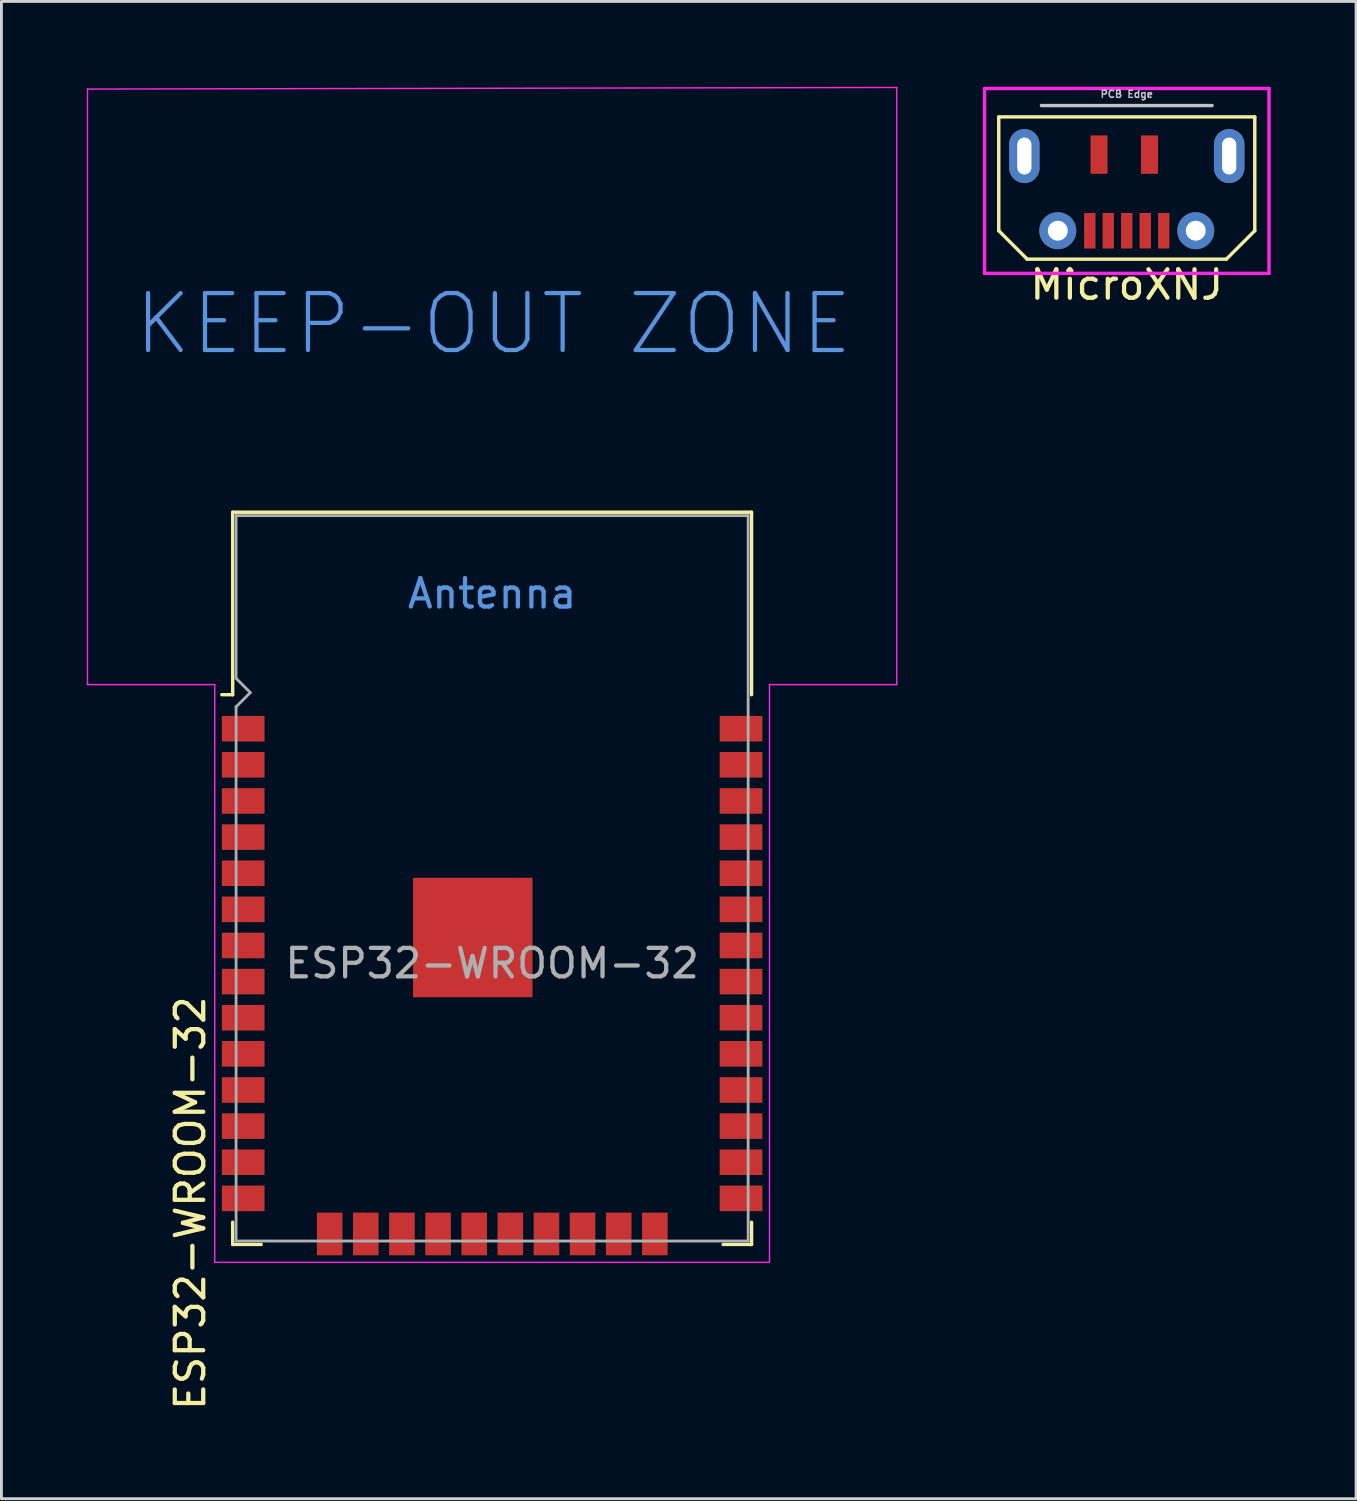
<source format=kicad_pcb>
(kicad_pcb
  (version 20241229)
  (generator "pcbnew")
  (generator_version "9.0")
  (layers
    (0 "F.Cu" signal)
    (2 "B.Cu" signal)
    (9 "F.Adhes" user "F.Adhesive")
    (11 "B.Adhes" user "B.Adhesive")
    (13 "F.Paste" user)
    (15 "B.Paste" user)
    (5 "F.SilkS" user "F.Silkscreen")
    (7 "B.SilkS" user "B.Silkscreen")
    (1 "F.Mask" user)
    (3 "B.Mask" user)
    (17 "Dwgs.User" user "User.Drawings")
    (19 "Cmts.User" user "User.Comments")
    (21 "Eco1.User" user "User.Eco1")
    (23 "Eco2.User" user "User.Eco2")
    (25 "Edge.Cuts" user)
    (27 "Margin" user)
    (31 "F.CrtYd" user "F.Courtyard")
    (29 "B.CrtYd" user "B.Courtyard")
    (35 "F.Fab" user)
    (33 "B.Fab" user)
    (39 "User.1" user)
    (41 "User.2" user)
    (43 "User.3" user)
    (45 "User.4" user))
  (footprint "MicroXNJ"
    (layer "F.Cu")
    (at 36.558 5.06)
    (property "Reference" "MicroXNJ" (at 0 1.9 0) (layer "F.SilkS") (effects (font (size 1 1) (thickness 0.15))))
    (attr through_hole)
    (fp_line (start -4.5 -4) (end -4.5 0) (stroke (width 0.12) (type solid)) (layer "F.SilkS"))
    (fp_line (start -4.5 -4) (end 4.5 -4) (stroke (width 0.12) (type solid)) (layer "F.SilkS"))
    (fp_line (start -4.5 0) (end -3.5 1) (stroke (width 0.12) (type solid)) (layer "F.SilkS"))
    (fp_line (start 3.5 1) (end -3.5 1) (stroke (width 0.12) (type solid)) (layer "F.SilkS"))
    (fp_line (start 4.5 -4) (end 4.5 0) (stroke (width 0.12) (type solid)) (layer "F.SilkS"))
    (fp_line (start 4.5 0) (end 3.5 1) (stroke (width 0.12) (type solid)) (layer "F.SilkS"))
    (fp_line (start -3 -4.4) (end 3 -4.4) (stroke (width 0.12) (type solid)) (layer "Dwgs.User"))
    (fp_line (start -5 -5) (end -5 -4.3) (stroke (width 0.12) (type solid)) (layer "F.CrtYd"))
    (fp_line (start -5 -4.3) (end -5 1.5) (stroke (width 0.12) (type solid)) (layer "F.CrtYd"))
    (fp_line (start -5 1.5) (end 5 1.5) (stroke (width 0.12) (type solid)) (layer "F.CrtYd"))
    (fp_line (start 5 -5) (end -5 -5) (stroke (width 0.12) (type solid)) (layer "F.CrtYd"))
    (fp_line (start 5 1.5) (end 5 -5) (stroke (width 0.12) (type solid)) (layer "F.CrtYd"))
    (fp_text user "PCB Edge" (at 0 -4.8 0) (layer "Dwgs.User") (effects (font (size 0.25 0.25) (thickness 0.05))))
    (pad "1" smd trapezoid (at 1.3 0) (size 0.4 1.25) (layers "F.Cu" "F.Mask" "F.Paste"))
    (pad "2" smd rect (at 0.65 0) (size 0.4 1.25) (layers "F.Cu" "F.Mask" "F.Paste"))
    (pad "3" smd rect (at 0 0) (size 0.4 1.25) (layers "F.Cu" "F.Mask" "F.Paste"))
    (pad "4" smd rect (at -0.65 0) (size 0.4 1.25) (layers "F.Cu" "F.Mask" "F.Paste"))
    (pad "5" smd rect (at -1.3 0) (size 0.4 1.25) (layers "F.Cu" "F.Mask" "F.Paste"))
    (pad "6" thru_hole oval (at -3.6 -2.625) (size 1.07 1.9) (drill oval 0.5 1.3) (layers "*.Cu" "*.Mask"))
    (pad "6" thru_hole circle (at -2.425 0) (size 1.3 1.3) (drill 0.7) (layers "*.Cu" "*.Mask"))
    (pad "6" smd trapezoid (at -0.975 -2.675) (size 0.6 1.35) (layers "F.Cu" "F.Mask" "F.Paste"))
    (pad "6" smd trapezoid (at 0.8 -2.675) (size 0.6 1.35) (layers "F.Cu" "F.Mask" "F.Paste"))
    (pad "6" thru_hole circle (at 2.425 0) (size 1.3 1.3) (drill 0.7) (layers "*.Cu" "*.Mask"))
    (pad "6" thru_hole oval (at 3.6 -2.625) (size 1.07 1.9) (drill oval 0.5 1.3) (layers "*.Cu" "*.Mask")))
  (footprint "ESP32-WROOM-32"
    (layer "F.Cu")
    (at 14.249 30.815)
    (property "Reference" "ESP32-WROOM-32" (at -10.61 8.43 90) (layer "F.SilkS") (effects (font (size 1 1) (thickness 0.15))))
    (attr smd)
    (fp_line (start -9.12 -15.86) (end -9.12 -9.445) (stroke (width 0.12) (type solid)) (layer "F.SilkS"))
    (fp_line (start -9.12 -15.86) (end 9.12 -15.86) (stroke (width 0.12) (type solid)) (layer "F.SilkS"))
    (fp_line (start -9.12 -9.445) (end -9.5 -9.445) (stroke (width 0.12) (type solid)) (layer "F.SilkS"))
    (fp_line (start -9.12 9.1) (end -9.12 9.88) (stroke (width 0.12) (type solid)) (layer "F.SilkS"))
    (fp_line (start -9.12 9.88) (end -8.12 9.88) (stroke (width 0.12) (type solid)) (layer "F.SilkS"))
    (fp_line (start 9.12 -15.86) (end 9.12 -9.445) (stroke (width 0.12) (type solid)) (layer "F.SilkS"))
    (fp_line (start 9.12 9.1) (end 9.12 9.88) (stroke (width 0.12) (type solid)) (layer "F.SilkS"))
    (fp_line (start 9.12 9.88) (end 8.12 9.88) (stroke (width 0.12) (type solid)) (layer "F.SilkS"))
    (fp_line (start -14.224 -30.734) (end -14.224 -9.8) (stroke (width 0.05) (type solid)) (layer "F.CrtYd"))
    (fp_line (start -14.224 -9.8) (end -9.75 -9.8) (stroke (width 0.05) (type solid)) (layer "F.CrtYd"))
    (fp_line (start -9.75 10.51) (end -9.75 -9.8) (stroke (width 0.05) (type solid)) (layer "F.CrtYd"))
    (fp_line (start -9.75 10.51) (end 9.75 10.51) (stroke (width 0.05) (type solid)) (layer "F.CrtYd"))
    (fp_line (start 9.75 -9.8) (end 9.75 10.51) (stroke (width 0.05) (type solid)) (layer "F.CrtYd"))
    (fp_line (start 9.75 -9.8) (end 14.224 -9.8) (stroke (width 0.05) (type solid)) (layer "F.CrtYd"))
    (fp_line (start 14.224 -30.79) (end -14.224 -30.734) (stroke (width 0.05) (type solid)) (layer "F.CrtYd"))
    (fp_line (start 14.224 -9.8) (end 14.224 -30.79) (stroke (width 0.05) (type solid)) (layer "F.CrtYd"))
    (fp_line (start -9 -15.74) (end -9 -10.02) (stroke (width 0.1) (type solid)) (layer "F.Fab"))
    (fp_line (start -9 -15.74) (end 9 -15.74) (stroke (width 0.1) (type solid)) (layer "F.Fab"))
    (fp_line (start -9 -9.02) (end -9 9.76) (stroke (width 0.1) (type solid)) (layer "F.Fab"))
    (fp_line (start -9 -9.02) (end -8.5 -9.52) (stroke (width 0.1) (type solid)) (layer "F.Fab"))
    (fp_line (start -9 9.76) (end 9 9.76) (stroke (width 0.1) (type solid)) (layer "F.Fab"))
    (fp_line (start -8.5 -9.52) (end -9 -10.02) (stroke (width 0.1) (type solid)) (layer "F.Fab"))
    (fp_line (start 9 9.76) (end 9 -15.74) (stroke (width 0.1) (type solid)) (layer "F.Fab"))
    (fp_text user "KEEP-OUT ZONE" (at 0.05 -22.48 0) (layer "Cmts.User") (effects (font (size 2 2) (thickness 0.15))))
    (fp_text user "Antenna" (at 0 -13 0) (layer "Cmts.User") (effects (font (size 1 1) (thickness 0.15))))
    (fp_text user "${REFERENCE}" (at 0 0 0) (layer "F.Fab") (effects (font (size 1 1) (thickness 0.15))))
    (pad "1" smd rect (at -8.75 -8.25) (size 1.5 0.9) (layers "F.Cu" "F.Mask" "F.Paste"))
    (pad "2" smd rect (at -8.75 -6.98) (size 1.5 0.9) (layers "F.Cu" "F.Mask" "F.Paste"))
    (pad "3" smd rect (at -8.75 -5.71) (size 1.5 0.9) (layers "F.Cu" "F.Mask" "F.Paste"))
    (pad "4" smd rect (at -8.75 -4.44) (size 1.5 0.9) (layers "F.Cu" "F.Mask" "F.Paste"))
    (pad "5" smd rect (at -8.75 -3.17) (size 1.5 0.9) (layers "F.Cu" "F.Mask" "F.Paste"))
    (pad "6" smd rect (at -8.75 -1.9) (size 1.5 0.9) (layers "F.Cu" "F.Mask" "F.Paste"))
    (pad "7" smd rect (at -8.75 -0.63) (size 1.5 0.9) (layers "F.Cu" "F.Mask" "F.Paste"))
    (pad "8" smd rect (at -8.75 0.64) (size 1.5 0.9) (layers "F.Cu" "F.Mask" "F.Paste"))
    (pad "9" smd rect (at -8.75 1.91) (size 1.5 0.9) (layers "F.Cu" "F.Mask" "F.Paste"))
    (pad "10" smd rect (at -8.75 3.18) (size 1.5 0.9) (layers "F.Cu" "F.Mask" "F.Paste"))
    (pad "11" smd rect (at -8.75 4.45) (size 1.5 0.9) (layers "F.Cu" "F.Mask" "F.Paste"))
    (pad "12" smd rect (at -8.75 5.72) (size 1.5 0.9) (layers "F.Cu" "F.Mask" "F.Paste"))
    (pad "13" smd rect (at -8.75 6.99) (size 1.5 0.9) (layers "F.Cu" "F.Mask" "F.Paste"))
    (pad "14" smd rect (at -8.75 8.26) (size 1.5 0.9) (layers "F.Cu" "F.Mask" "F.Paste"))
    (pad "15" smd rect (at -5.71 9.51 90) (size 1.5 0.9) (layers "F.Cu" "F.Mask" "F.Paste"))
    (pad "16" smd rect (at -4.44 9.51 90) (size 1.5 0.9) (layers "F.Cu" "F.Mask" "F.Paste"))
    (pad "17" smd rect (at -3.17 9.51 90) (size 1.5 0.9) (layers "F.Cu" "F.Mask" "F.Paste"))
    (pad "18" smd rect (at -1.9 9.51 90) (size 1.5 0.9) (layers "F.Cu" "F.Mask" "F.Paste"))
    (pad "19" smd rect (at -0.63 9.51 90) (size 1.5 0.9) (layers "F.Cu" "F.Mask" "F.Paste"))
    (pad "20" smd rect (at 0.64 9.51 90) (size 1.5 0.9) (layers "F.Cu" "F.Mask" "F.Paste"))
    (pad "21" smd rect (at 1.91 9.51 90) (size 1.5 0.9) (layers "F.Cu" "F.Mask" "F.Paste"))
    (pad "22" smd rect (at 3.18 9.51 90) (size 1.5 0.9) (layers "F.Cu" "F.Mask" "F.Paste"))
    (pad "23" smd rect (at 4.45 9.51 90) (size 1.5 0.9) (layers "F.Cu" "F.Mask" "F.Paste"))
    (pad "24" smd rect (at 5.72 9.51 90) (size 1.5 0.9) (layers "F.Cu" "F.Mask" "F.Paste"))
    (pad "25" smd rect (at 8.75 8.26) (size 1.5 0.9) (layers "F.Cu" "F.Mask" "F.Paste"))
    (pad "26" smd rect (at 8.75 6.99) (size 1.5 0.9) (layers "F.Cu" "F.Mask" "F.Paste"))
    (pad "27" smd rect (at 8.75 5.72) (size 1.5 0.9) (layers "F.Cu" "F.Mask" "F.Paste"))
    (pad "28" smd rect (at 8.75 4.45) (size 1.5 0.9) (layers "F.Cu" "F.Mask" "F.Paste"))
    (pad "29" smd rect (at 8.75 3.18) (size 1.5 0.9) (layers "F.Cu" "F.Mask" "F.Paste"))
    (pad "30" smd rect (at 8.75 1.91) (size 1.5 0.9) (layers "F.Cu" "F.Mask" "F.Paste"))
    (pad "31" smd rect (at 8.75 0.64) (size 1.5 0.9) (layers "F.Cu" "F.Mask" "F.Paste"))
    (pad "32" smd rect (at 8.75 -0.63) (size 1.5 0.9) (layers "F.Cu" "F.Mask" "F.Paste"))
    (pad "33" smd rect (at 8.75 -1.9) (size 1.5 0.9) (layers "F.Cu" "F.Mask" "F.Paste"))
    (pad "34" smd rect (at 8.75 -3.17) (size 1.5 0.9) (layers "F.Cu" "F.Mask" "F.Paste"))
    (pad "35" smd rect (at 8.75 -4.44) (size 1.5 0.9) (layers "F.Cu" "F.Mask" "F.Paste"))
    (pad "36" smd rect (at 8.75 -5.71) (size 1.5 0.9) (layers "F.Cu" "F.Mask" "F.Paste"))
    (pad "37" smd rect (at 8.75 -6.98) (size 1.5 0.9) (layers "F.Cu" "F.Mask" "F.Paste"))
    (pad "38" smd rect (at 8.75 -8.25) (size 1.5 0.9) (layers "F.Cu" "F.Mask" "F.Paste"))
    (pad "39" smd rect (at -2.205 -2.435) (size 1.05 1.05) (layers "F.Cu" "F.Paste"))
    (pad "39" smd rect (at -2.205 -0.91) (size 1.05 1.05) (layers "F.Cu" "F.Paste"))
    (pad "39" smd rect (at -2.205 0.615) (size 1.05 1.05) (layers "F.Cu" "F.Paste"))
    (pad "39" smd rect (at -0.68 -2.435) (size 1.05 1.05) (layers "F.Cu" "F.Paste"))
    (pad "39" smd rect (at -0.68 -0.91) (size 1.05 1.05) (layers "F.Cu" "F.Paste"))
    (pad "39" smd rect (at -0.68 -0.91) (size 4.2 4.2) (layers "F.Cu" "F.Mask"))
    (pad "39" smd rect (at -0.68 0.615) (size 1.05 1.05) (layers "F.Cu" "F.Paste"))
    (pad "39" smd rect (at 0.845 -2.435) (size 1.05 1.05) (layers "F.Cu" "F.Paste"))
    (pad "39" smd rect (at 0.845 -0.91) (size 1.05 1.05) (layers "F.Cu" "F.Paste"))
    (pad "39" smd rect (at 0.845 0.615) (size 1.05 1.05) (layers "F.Cu" "F.Paste"))
    (zone (net_name "") (layers "F.Cu" "B.Cu") (hatch full 0.508) (connect_pads) (min_thickness 0.254) (filled_areas_thickness no) (keepout (tracks not_allowed) (vias not_allowed) (pads not_allowed) (copperpour not_allowed) (footprints not_allowed)) (placement (enabled no)) (fill) (polygon (pts (xy 0.409 21.015) (xy 28.089 21.015) (xy 28.089 0.075) (xy 0.409 0.075)))))
  (gr_rect
    (start -3 -3)
    (end 44.618 49.632)
    (stroke (width 0.1) (type default))
    (fill no)
    (layer "Edge.Cuts")))
</source>
